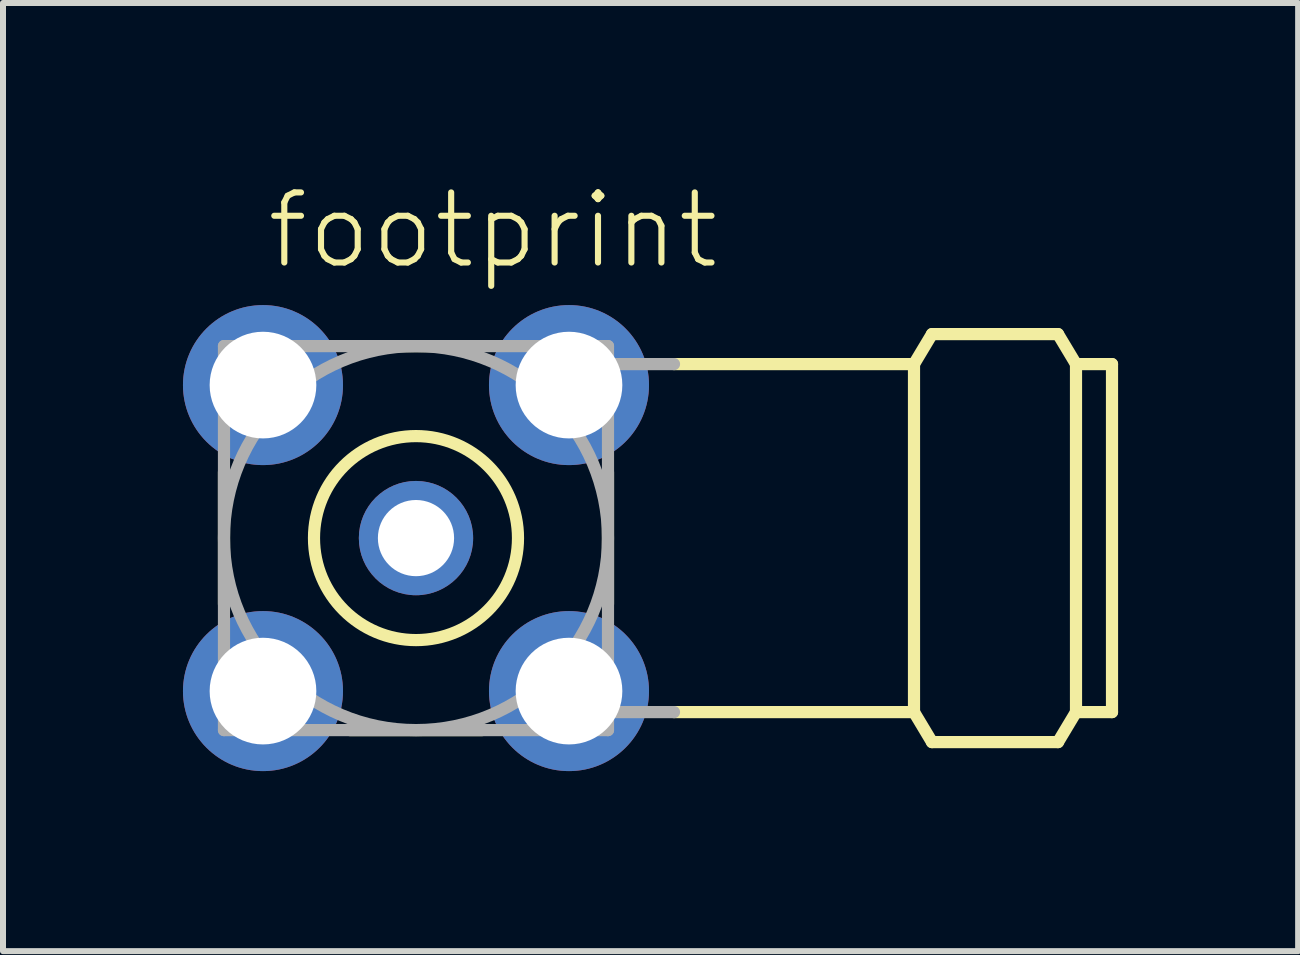
<source format=kicad_pcb>
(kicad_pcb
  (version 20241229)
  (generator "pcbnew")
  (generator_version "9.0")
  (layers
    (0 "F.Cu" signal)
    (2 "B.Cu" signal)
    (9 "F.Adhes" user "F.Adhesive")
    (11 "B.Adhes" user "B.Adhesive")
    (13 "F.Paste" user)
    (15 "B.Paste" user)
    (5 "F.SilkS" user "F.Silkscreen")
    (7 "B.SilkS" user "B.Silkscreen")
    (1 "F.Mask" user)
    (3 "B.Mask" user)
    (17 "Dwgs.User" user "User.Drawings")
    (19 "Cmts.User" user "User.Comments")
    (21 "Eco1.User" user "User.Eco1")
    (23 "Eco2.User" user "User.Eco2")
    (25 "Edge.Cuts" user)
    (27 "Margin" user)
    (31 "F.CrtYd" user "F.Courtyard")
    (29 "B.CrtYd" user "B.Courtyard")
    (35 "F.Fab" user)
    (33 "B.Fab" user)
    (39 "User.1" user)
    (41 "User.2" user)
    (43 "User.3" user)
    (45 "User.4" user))
  (footprint "footprint"
    (layer "F.Cu")
    (at 3.883 5.918)
    (property "Reference" "footprint" (at -2.54 -4.445 0) (layer "F.SilkS") (effects (font (size 1.168 1.168) (thickness 0.102)) (justify left bottom)))
    (fp_line (start -3.2 1.1) (end -3.2 -1.1) (stroke (width 0.203) (type solid)) (layer "F.SilkS"))
    (fp_line (start -1.1 -3.2) (end 1.1 -3.2) (stroke (width 0.203) (type solid)) (layer "F.SilkS"))
    (fp_line (start 1.1 3.2) (end -1.1 3.2) (stroke (width 0.203) (type solid)) (layer "F.SilkS"))
    (fp_line (start 3.2 -1.1) (end 3.2 1.1) (stroke (width 0.203) (type solid)) (layer "F.SilkS"))
    (fp_line (start 4.3 -2.9) (end 8.3 -2.9) (stroke (width 0.203) (type solid)) (layer "F.SilkS"))
    (fp_line (start 4.3 2.9) (end 8.3 2.9) (stroke (width 0.203) (type solid)) (layer "F.SilkS"))
    (fp_line (start 8.3 -2.9) (end 8.6 -3.4) (stroke (width 0.203) (type solid)) (layer "F.SilkS"))
    (fp_line (start 8.3 2.9) (end 8.3 -2.9) (stroke (width 0.203) (type solid)) (layer "F.SilkS"))
    (fp_line (start 8.3 2.9) (end 8.6 3.4) (stroke (width 0.203) (type solid)) (layer "F.SilkS"))
    (fp_line (start 8.6 -3.4) (end 10.7 -3.4) (stroke (width 0.203) (type solid)) (layer "F.SilkS"))
    (fp_line (start 8.6 3.4) (end 10.7 3.4) (stroke (width 0.203) (type solid)) (layer "F.SilkS"))
    (fp_line (start 10.7 -3.4) (end 11 -2.9) (stroke (width 0.203) (type solid)) (layer "F.SilkS"))
    (fp_line (start 10.7 3.4) (end 11 2.9) (stroke (width 0.203) (type solid)) (layer "F.SilkS"))
    (fp_line (start 11 -2.9) (end 11.6 -2.9) (stroke (width 0.203) (type solid)) (layer "F.SilkS"))
    (fp_line (start 11 2.9) (end 11 -2.9) (stroke (width 0.203) (type solid)) (layer "F.SilkS"))
    (fp_line (start 11 2.9) (end 11.6 2.9) (stroke (width 0.203) (type solid)) (layer "F.SilkS"))
    (fp_line (start 11.6 2.9) (end 11.6 -2.9) (stroke (width 0.203) (type solid)) (layer "F.SilkS"))
    (fp_circle (center 0 0) (end 1.7 0) (stroke (width 0.203) (type solid)) (fill no) (layer "F.SilkS"))
    (fp_line (start -3.2 3.2) (end -3.2 -3.2) (stroke (width 0.203) (type solid)) (layer "F.Fab"))
    (fp_line (start -3.2 -3.2) (end 3.2 -3.2) (stroke (width 0.203) (type solid)) (layer "F.Fab"))
    (fp_line (start 3.2 3.2) (end -3.2 3.2) (stroke (width 0.203) (type solid)) (layer "F.Fab"))
    (fp_line (start 3.2 -3.2) (end 3.2 -2.9) (stroke (width 0.203) (type solid)) (layer "F.Fab"))
    (fp_line (start 3.2 -2.9) (end 3.2 2.9) (stroke (width 0.203) (type solid)) (layer "F.Fab"))
    (fp_line (start 3.2 -2.9) (end 4.3 -2.9) (stroke (width 0.203) (type solid)) (layer "F.Fab"))
    (fp_line (start 3.2 2.9) (end 3.2 3.2) (stroke (width 0.203) (type solid)) (layer "F.Fab"))
    (fp_line (start 3.2 2.9) (end 4.3 2.9) (stroke (width 0.203) (type solid)) (layer "F.Fab"))
    (fp_circle (center 0 0) (end 3.2 0) (stroke (width 0.203) (type solid)) (fill no) (layer "F.Fab"))
    (pad "1" thru_hole circle (at 0 0) (size 1.905 1.905) (drill 1.27) (layers "*.Cu" "*.Mask"))
    (pad "2" thru_hole circle (at -2.55 -2.55) (size 2.667 2.667) (drill 1.778) (layers "*.Cu" "*.Mask"))
    (pad "3" thru_hole circle (at 2.55 -2.55) (size 2.667 2.667) (drill 1.778) (layers "*.Cu" "*.Mask"))
    (pad "4" thru_hole circle (at 2.55 2.55) (size 2.667 2.667) (drill 1.778) (layers "*.Cu" "*.Mask"))
    (pad "5" thru_hole circle (at -2.55 2.55) (size 2.667 2.667) (drill 1.778) (layers "*.Cu" "*.Mask")))
  (gr_rect
    (start -3 -3)
    (end 18.585 12.802)
    (stroke (width 0.1) (type default))
    (fill no)
    (layer "Edge.Cuts")))
</source>
